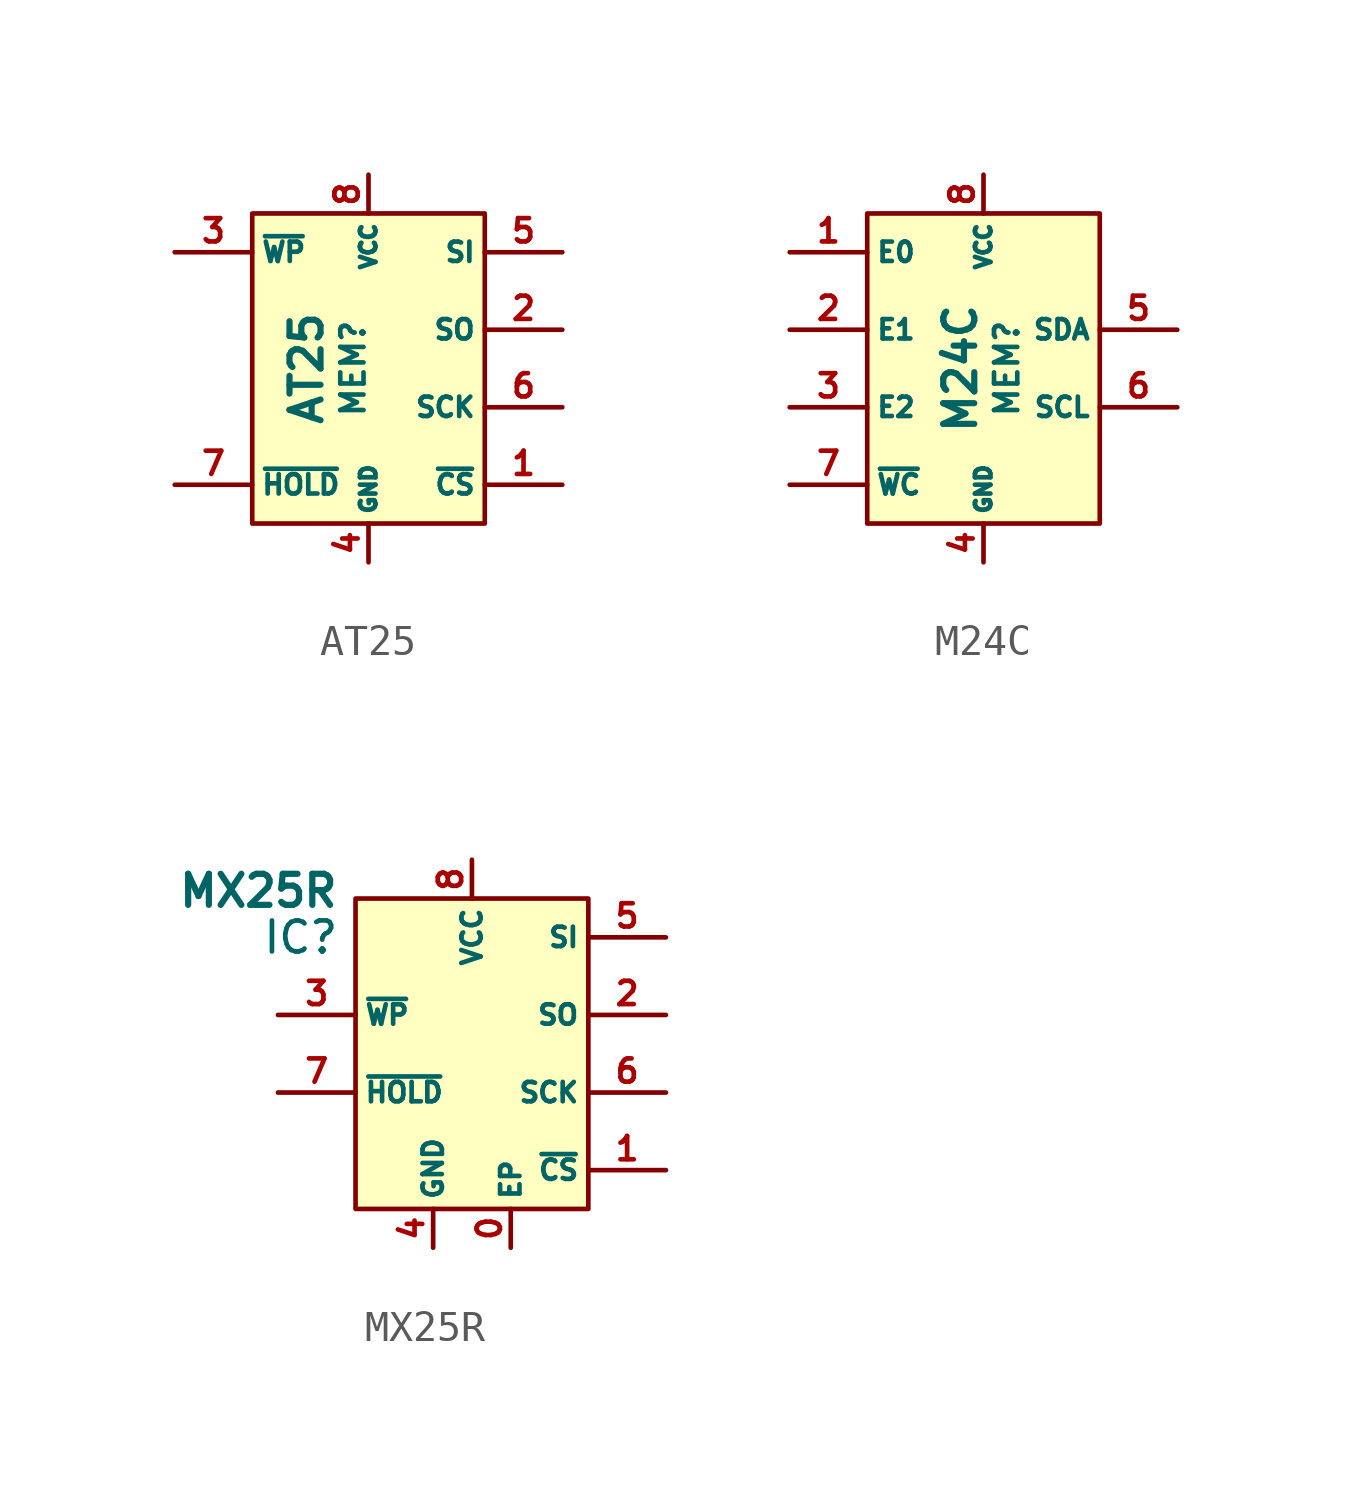
<source format=kicad_sym>
(kicad_symbol_lib
  (version 20231120)
  (generator "kicad_symbol_editor")
  (generator_version "8.0")
  (symbol "AT25"
    (pin_names
      (offset 0.254))
    (property "Reference" "MEM"
      (at -0.508 0 90)
      (effects (font (size 0.762 0.762))))
    (property "Value" "AT25"
      (at -2.032 0 90)
      (effects (font (size 1.016 1.016) (bold yes))))
    (symbol "AT25_0_1"
      (rectangle (start -3.81 5.08) (end 3.81 -5.08) (stroke (width 0) (type solid)) (fill (type background))))
    (symbol "AT25_1_1"
      (pin input line (at 6.35 -3.81 180) (length 2.54) (name "~{CS}" (effects (font (size 0.635 0.635)))) (number "1" (effects (font (size 0.762 0.762)))))
      (pin output line (at 6.35 1.27 180) (length 2.54) (name "SO" (effects (font (size 0.635 0.635)))) (number "2" (effects (font (size 0.762 0.762)))))
      (pin input line (at -6.35 3.81 0) (length 2.54) (name "~{WP}" (effects (font (size 0.635 0.635)))) (number "3" (effects (font (size 0.762 0.762)))))
      (pin power_in line (at 0 -6.35 90) (length 1.27) (name "GND" (effects (font (size 0.508 0.508)))) (number "4" (effects (font (size 0.762 0.762)))))
      (pin input line (at 6.35 3.81 180) (length 2.54) (name "SI" (effects (font (size 0.635 0.635)))) (number "5" (effects (font (size 0.762 0.762)))))
      (pin input line (at 6.35 -1.27 180) (length 2.54) (name "SCK" (effects (font (size 0.635 0.635)))) (number "6" (effects (font (size 0.762 0.762)))))
      (pin input line (at -6.35 -3.81 0) (length 2.54) (name "~{HOLD}" (effects (font (size 0.635 0.635)))) (number "7" (effects (font (size 0.762 0.762)))))
      (pin power_in line (at 0 6.35 270) (length 1.27) (name "VCC" (effects (font (size 0.508 0.508)))) (number "8" (effects (font (size 0.762 0.762)))))))
  (symbol "M24C"
    (pin_names
      (offset 0.254))
    (property "Reference" "MEM"
      (at 0.762 0 90)
      (effects (font (size 0.762 0.762))))
    (property "Value" "M24C"
      (at -0.762 0 90)
      (effects (font (size 1.016 1.016) (bold yes))))
    (symbol "M24C_0_1"
      (rectangle (start -3.81 5.08) (end 3.81 -5.08) (stroke (width 0) (type solid)) (fill (type background))))
    (symbol "M24C_1_1"
      (pin input line (at -6.35 3.81 0) (length 2.54) (name "E0" (effects (font (size 0.635 0.635)))) (number "1" (effects (font (size 0.762 0.762)))))
      (pin input line (at -6.35 1.27 0) (length 2.54) (name "E1" (effects (font (size 0.635 0.635)))) (number "2" (effects (font (size 0.762 0.762)))))
      (pin input line (at -6.35 -1.27 0) (length 2.54) (name "E2" (effects (font (size 0.635 0.635)))) (number "3" (effects (font (size 0.762 0.762)))))
      (pin power_in line (at 0 -6.35 90) (length 1.27) (name "GND" (effects (font (size 0.508 0.508)))) (number "4" (effects (font (size 0.762 0.762)))))
      (pin bidirectional line (at 6.35 1.27 180) (length 2.54) (name "SDA" (effects (font (size 0.635 0.635)))) (number "5" (effects (font (size 0.762 0.762)))))
      (pin bidirectional line (at 6.35 -1.27 180) (length 2.54) (name "SCL" (effects (font (size 0.635 0.635)))) (number "6" (effects (font (size 0.762 0.762)))))
      (pin input line (at -6.35 -3.81 0) (length 2.54) (name "~{WC}" (effects (font (size 0.635 0.635)))) (number "7" (effects (font (size 0.762 0.762)))))
      (pin power_in line (at 0 6.35 270) (length 1.27) (name "VCC" (effects (font (size 0.508 0.508)))) (number "8" (effects (font (size 0.762 0.762)))))))
  (symbol "MX25R"
    (pin_names
      (offset 0.254))
    (property "Reference" "IC"
      (at -4.318 3.81 0)
      (effects (font (size 1.016 1.016)) (justify right)))
    (property "Value" "MX25R"
      (at -4.318 5.334 0)
      (effects (font (size 1.016 1.016) (bold yes)) (justify right)))
    (symbol "MX25R_0_1"
      (rectangle (start -3.81 5.08) (end 3.81 -5.08) (stroke (width 0) (type solid)) (fill (type background))))
    (symbol "MX25R_1_1"
      (pin power_in line (at 1.27 -6.35 90) (length 1.27) (name "EP" (effects (font (size 0.635 0.635)))) (number "0" (effects (font (size 0.762 0.762)))))
      (pin input line (at 6.35 -3.81 180) (length 2.54) (name "~{CS}" (effects (font (size 0.635 0.635)))) (number "1" (effects (font (size 0.762 0.762)))))
      (pin output line (at 6.35 1.27 180) (length 2.54) (name "SO" (effects (font (size 0.635 0.635)))) (number "2" (effects (font (size 0.762 0.762)))))
      (pin input line (at -6.35 1.27 0) (length 2.54) (name "~{WP}" (effects (font (size 0.635 0.635)))) (number "3" (effects (font (size 0.762 0.762)))))
      (pin power_in line (at -1.27 -6.35 90) (length 1.27) (name "GND" (effects (font (size 0.635 0.635)))) (number "4" (effects (font (size 0.762 0.762)))))
      (pin input line (at 6.35 3.81 180) (length 2.54) (name "SI" (effects (font (size 0.635 0.635)))) (number "5" (effects (font (size 0.762 0.762)))))
      (pin input line (at 6.35 -1.27 180) (length 2.54) (name "SCK" (effects (font (size 0.635 0.635)))) (number "6" (effects (font (size 0.762 0.762)))))
      (pin input line (at -6.35 -1.27 0) (length 2.54) (name "~{HOLD}" (effects (font (size 0.635 0.635)))) (number "7" (effects (font (size 0.762 0.762)))))
      (pin power_in line (at 0 6.35 270) (length 1.27) (name "VCC" (effects (font (size 0.635 0.635)))) (number "8" (effects (font (size 0.762 0.762))))))))
</source>
